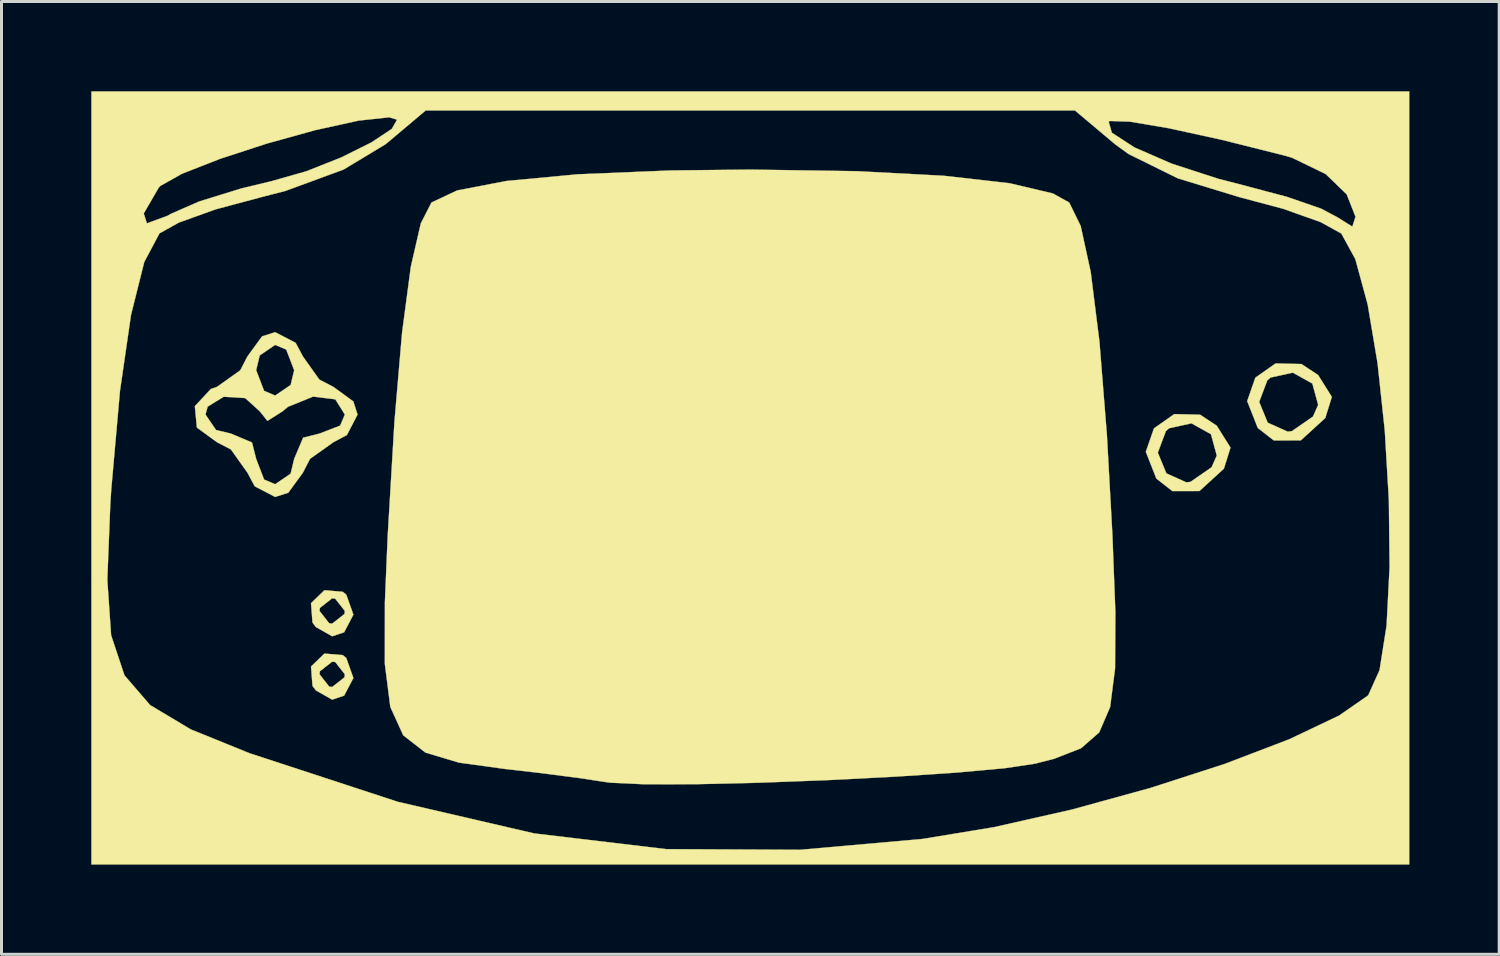
<source format=kicad_pcb>
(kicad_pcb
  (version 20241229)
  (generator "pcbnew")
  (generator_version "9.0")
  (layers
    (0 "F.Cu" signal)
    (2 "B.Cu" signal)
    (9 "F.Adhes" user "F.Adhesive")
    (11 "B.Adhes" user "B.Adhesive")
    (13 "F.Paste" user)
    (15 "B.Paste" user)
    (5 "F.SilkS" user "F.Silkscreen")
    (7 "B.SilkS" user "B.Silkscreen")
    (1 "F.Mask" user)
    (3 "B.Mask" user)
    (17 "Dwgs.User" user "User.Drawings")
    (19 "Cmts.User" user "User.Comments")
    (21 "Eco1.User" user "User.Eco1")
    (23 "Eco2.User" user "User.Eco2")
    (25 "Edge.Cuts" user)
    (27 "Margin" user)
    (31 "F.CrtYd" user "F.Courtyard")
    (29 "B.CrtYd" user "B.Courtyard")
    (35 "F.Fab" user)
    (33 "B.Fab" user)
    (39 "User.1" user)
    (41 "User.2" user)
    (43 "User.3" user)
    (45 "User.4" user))
  (footprint "GBA-LINK"
    (layer "F.Cu")
    (at 22.018 12.705)
    (property "Reference" "GBA-LINK" (at 0 0 0) (layer "F.SilkS") (effects (font (size 1.524 1.524) (thickness 0.3))))
    (attr through_hole)
    (fp_poly (pts (xy -13.615 4.017) (xy -13.499 4.112) (xy -13.262 4.779) (xy -13.571 5.369) (xy -13.97 5.503) (xy -14.513 5.195) (xy -14.628 5.043) (xy -14.657 4.657) (xy -14.393 4.657) (xy -14.071 5.068) (xy -13.97 5.08) (xy -13.559 4.758) (xy -13.547 4.657) (xy -13.869 4.246) (xy -13.97 4.233) (xy -14.381 4.555) (xy -14.393 4.657) (xy -14.657 4.657) (xy -14.677 4.397) (xy -14.229 3.964) (xy -13.615 4.017)) (stroke (width 0.01) (type solid)) (fill yes) (layer "F.SilkS"))
    (fp_poly (pts (xy -13.615 6.133) (xy -13.499 6.228) (xy -13.262 6.896) (xy -13.571 7.486) (xy -13.97 7.62) (xy -14.513 7.312) (xy -14.628 7.16) (xy -14.657 6.773) (xy -14.393 6.773) (xy -14.071 7.184) (xy -13.97 7.197) (xy -13.559 6.875) (xy -13.547 6.773) (xy -13.869 6.362) (xy -13.97 6.35) (xy -14.381 6.672) (xy -14.393 6.773) (xy -14.657 6.773) (xy -14.677 6.514) (xy -14.229 6.081) (xy -13.615 6.133)) (stroke (width 0.01) (type solid)) (fill yes) (layer "F.SilkS"))
    (fp_poly (pts (xy 15.026 -1.9) (xy 15.583 -1.532) (xy 16.042 -0.801) (xy 15.822 -0.098) (xy 15.005 0.65) (xy 14.099 0.651) (xy 13.566 0.235) (xy 13.224 -0.634) (xy 13.614 -0.634) (xy 13.9 0.061) (xy 14.565 0.359) (xy 14.705 0.344) (xy 15.411 -0.144) (xy 15.584 -0.535) (xy 15.39 -1.248) (xy 14.737 -1.612) (xy 13.995 -1.449) (xy 13.885 -1.355) (xy 13.614 -0.634) (xy 13.224 -0.634) (xy 13.213 -0.661) (xy 13.485 -1.443) (xy 14.162 -1.92) (xy 15.026 -1.9)) (stroke (width 0.01) (type solid)) (fill yes) (layer "F.SilkS"))
    (fp_poly (pts (xy 18.413 -3.593) (xy 18.97 -3.225) (xy 19.428 -2.494) (xy 19.209 -1.791) (xy 18.392 -1.043) (xy 17.486 -1.042) (xy 16.953 -1.458) (xy 16.611 -2.327) (xy 17 -2.327) (xy 17.286 -1.633) (xy 17.952 -1.334) (xy 18.091 -1.349) (xy 18.798 -1.838) (xy 18.971 -2.229) (xy 18.777 -2.941) (xy 18.124 -3.305) (xy 17.382 -3.142) (xy 17.272 -3.048) (xy 17 -2.327) (xy 16.611 -2.327) (xy 16.6 -2.354) (xy 16.872 -3.137) (xy 17.549 -3.613) (xy 18.413 -3.593)) (stroke (width 0.01) (type solid)) (fill yes) (layer "F.SilkS"))
    (fp_poly (pts (xy 3.558 -10.036) (xy 6.462 -9.883) (xy 8.661 -9.633) (xy 10.104 -9.293) (xy 10.653 -8.989) (xy 11.036 -8.209) (xy 11.372 -6.669) (xy 11.663 -4.347) (xy 11.913 -1.22) (xy 12.097 2.117) (xy 12.196 4.701) (xy 12.186 6.573) (xy 12.021 7.866) (xy 11.657 8.713) (xy 11.049 9.244) (xy 10.153 9.594) (xy 9.514 9.759) (xy 8.502 9.91) (xy 6.872 10.058) (xy 4.824 10.194) (xy 2.558 10.31) (xy 0.275 10.396) (xy -1.825 10.445) (xy -3.541 10.447) (xy -4.673 10.395) (xy -4.868 10.368) (xy -5.747 10.234) (xy -7.117 10.059) (xy -8.184 9.937) (xy -9.737 9.723) (xy -10.854 9.389) (xy -11.596 8.811) (xy -12.028 7.864) (xy -12.211 6.423) (xy -12.209 4.364) (xy -12.116 2.16) (xy -11.891 -1.649) (xy -11.635 -4.642) (xy -11.342 -6.847) (xy -11.009 -8.292) (xy -10.653 -8.989) (xy -9.795 -9.393) (xy -8.145 -9.709) (xy -5.753 -9.933) (xy -2.67 -10.06) (xy 0 -10.089) (xy 3.558 -10.036)) (stroke (width 0.01) (type solid)) (fill yes) (layer "F.SilkS"))
    (fp_poly (pts (xy -15.192 -4.302) (xy -14.95 -3.849) (xy -14.397 -3.071) (xy -13.931 -2.83) (xy -13.263 -2.343) (xy -13.123 -1.905) (xy -13.478 -1.222) (xy -13.931 -0.98) (xy -14.709 -0.427) (xy -14.95 0.039) (xy -15.437 0.707) (xy -15.875 0.847) (xy -16.558 0.492) (xy -16.8 0.039) (xy -17.353 -0.739) (xy -17.819 -0.98) (xy -18.49 -1.47) (xy -18.532 -1.905) (xy -18.203 -1.905) (xy -17.85 -1.388) (xy -17.357 -1.27) (xy -16.649 -0.971) (xy -16.51 -0.423) (xy -16.245 0.266) (xy -15.875 0.423) (xy -15.358 0.07) (xy -15.24 -0.423) (xy -14.941 -1.131) (xy -14.393 -1.27) (xy -13.704 -1.535) (xy -13.547 -1.905) (xy -13.866 -2.414) (xy -14.607 -2.505) (xy -15.447 -2.164) (xy -15.632 -2.011) (xy -16.134 -1.694) (xy -16.387 -2.011) (xy -16.876 -2.455) (xy -17.593 -2.5) (xy -18.13 -2.171) (xy -18.203 -1.905) (xy -18.532 -1.905) (xy -18.558 -2.185) (xy -18.023 -2.759) (xy -17.819 -2.83) (xy -17.041 -3.383) (xy -17.039 -3.387) (xy -16.51 -3.387) (xy -16.245 -2.697) (xy -15.875 -2.54) (xy -15.358 -2.893) (xy -15.24 -3.387) (xy -15.505 -4.076) (xy -15.875 -4.233) (xy -16.392 -3.88) (xy -16.51 -3.387) (xy -17.039 -3.387) (xy -16.8 -3.849) (xy -16.313 -4.517) (xy -15.875 -4.657) (xy -15.192 -4.302)) (stroke (width 0.01) (type solid)) (fill yes) (layer "F.SilkS"))
    (fp_poly (pts (xy 22.013 13.123) (xy -22.013 13.123) (xy -22.013 3.617) (xy -21.483 3.617) (xy -21.356 5.467) (xy -20.91 6.807) (xy -20.053 7.802) (xy -18.694 8.614) (xy -16.742 9.406) (xy -16.722 9.413) (xy -11.781 11.032) (xy -7.221 12.089) (xy -2.815 12.614) (xy 1.663 12.636) (xy 5.752 12.274) (xy 8.146 11.879) (xy 10.743 11.292) (xy 13.369 10.569) (xy 15.849 9.767) (xy 18.009 8.942) (xy 19.675 8.149) (xy 20.642 7.477) (xy 21.022 6.634) (xy 21.257 5.143) (xy 21.357 3.188) (xy 21.333 0.953) (xy 21.196 -1.377) (xy 20.956 -3.618) (xy 20.625 -5.586) (xy 20.213 -7.098) (xy 19.745 -7.953) (xy 19.058 -8.333) (xy 17.815 -8.775) (xy 16.35 -9.166) (xy 14.28 -9.798) (xy 12.634 -10.61) (xy 12.184 -10.938) (xy 11.29 -11.69) (xy 11.972 -11.69) (xy 12.077 -11.322) (xy 12.834 -10.829) (xy 14.077 -10.288) (xy 15.637 -9.781) (xy 16.468 -9.567) (xy 17.93 -9.178) (xy 19.073 -8.783) (xy 19.612 -8.497) (xy 20.112 -8.184) (xy 20.219 -8.513) (xy 19.924 -9.263) (xy 19.223 -9.94) (xy 18.098 -10.485) (xy 17.879 -10.55) (xy 15.767 -11.08) (xy 13.986 -11.47) (xy 12.686 -11.69) (xy 12.018 -11.713) (xy 11.972 -11.69) (xy 11.29 -11.69) (xy 10.845 -12.065) (xy -10.845 -12.065) (xy -12.184 -10.938) (xy -13.589 -10.091) (xy -15.534 -9.376) (xy -16.35 -9.166) (xy -17.869 -8.759) (xy -19.094 -8.319) (xy -19.741 -7.958) (xy -20.249 -7.001) (xy -20.691 -5.235) (xy -21.06 -2.695) (xy -21.35 0.584) (xy -21.383 1.094) (xy -21.483 3.617) (xy -22.013 3.617) (xy -22.013 -8.623) (xy -20.266 -8.623) (xy -20.16 -8.293) (xy -19.474 -8.544) (xy -19.367 -8.607) (xy -18.424 -9.02) (xy -17.018 -9.456) (xy -15.994 -9.703) (xy -14.834 -10.033) (xy -13.664 -10.496) (xy -12.655 -10.999) (xy -11.977 -11.45) (xy -11.802 -11.757) (xy -12.065 -11.836) (xy -13.084 -11.726) (xy -14.527 -11.409) (xy -16.154 -10.958) (xy -17.721 -10.447) (xy -18.989 -9.95) (xy -19.714 -9.542) (xy -19.768 -9.482) (xy -20.266 -8.623) (xy -22.013 -8.623) (xy -22.013 -12.7) (xy 22.013 -12.7) (xy 22.013 13.123)) (stroke (width 0.01) (type solid)) (fill yes) (layer "F.SilkS")))
  (gr_rect
    (start -3 -3)
    (end 47.037 28.833)
    (stroke (width 0.1) (type default))
    (fill no)
    (layer "Edge.Cuts")))
</source>
